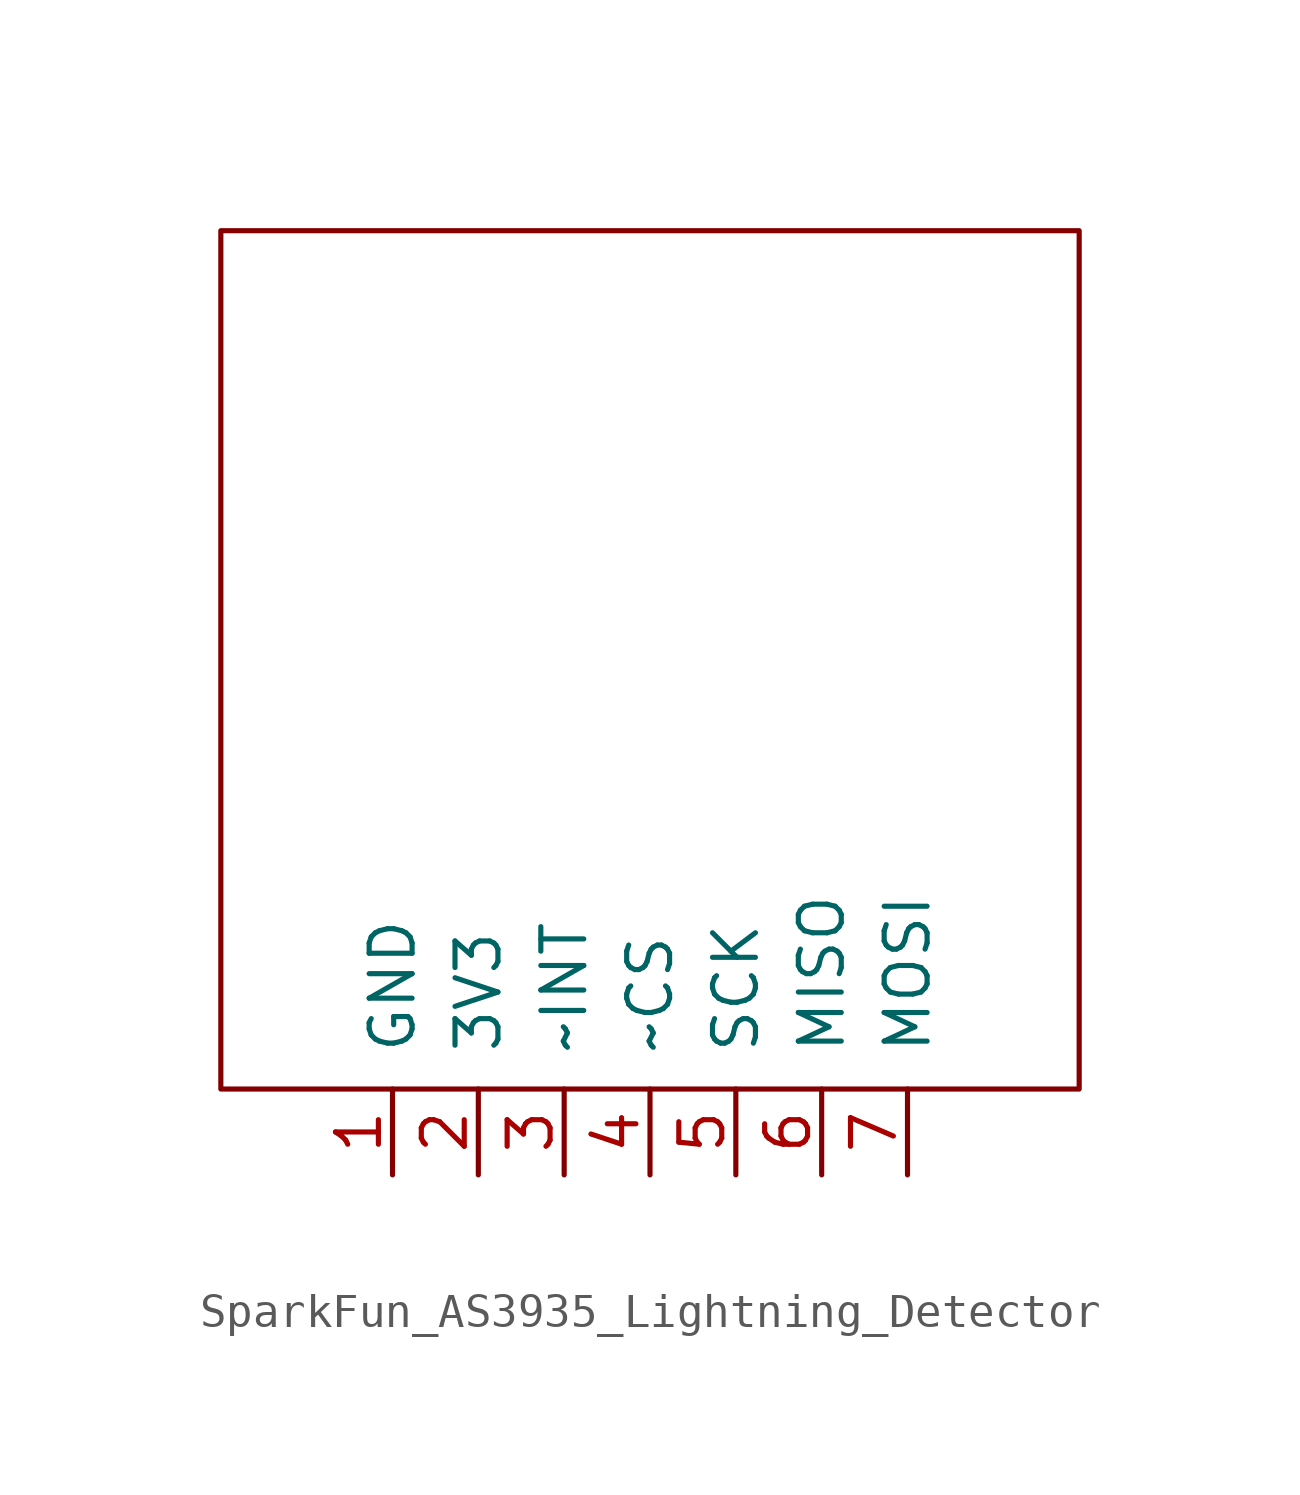
<source format=kicad_sym>
(kicad_symbol_lib
  (version 20220914)
  (generator kicad_symbol_editor)
  (symbol "SparkFun_AS3935_Lightning_Detector"
    (pin_names
      (offset 1.016))
    (property "Reference" "A"
      (at 0 16.51 0)
      (effects (font (size 1.27 1.27)) hide))
    (symbol "SparkFun_AS3935_Lightning_Detector_0_1"
      (rectangle (start -12.7 12.7) (end 12.7 -12.7) (stroke (width 0) (type default)) (fill (type none))))
    (symbol "SparkFun_AS3935_Lightning_Detector_1_1"
      (pin power_in line (at -7.62 -15.24 90) (length 2.54) (name "GND" (effects (font (size 1.27 1.27)))) (number "1" (effects (font (size 1.27 1.27)))))
      (pin power_in line (at -5.08 -15.24 90) (length 2.54) (name "3V3" (effects (font (size 1.27 1.27)))) (number "2" (effects (font (size 1.27 1.27)))))
      (pin output line (at -2.54 -15.24 90) (length 2.54) (name "~INT" (effects (font (size 1.27 1.27)))) (number "3" (effects (font (size 1.27 1.27)))))
      (pin input line (at 0 -15.24 90) (length 2.54) (name "~CS" (effects (font (size 1.27 1.27)))) (number "4" (effects (font (size 1.27 1.27)))))
      (pin input line (at 2.54 -15.24 90) (length 2.54) (name "SCK" (effects (font (size 1.27 1.27)))) (number "5" (effects (font (size 1.27 1.27)))))
      (pin output line (at 5.08 -15.24 90) (length 2.54) (name "MISO" (effects (font (size 1.27 1.27)))) (number "6" (effects (font (size 1.27 1.27)))))
      (pin input line (at 7.62 -15.24 90) (length 2.54) (name "MOSI" (effects (font (size 1.27 1.27)))) (number "7" (effects (font (size 1.27 1.27))))))))
</source>
